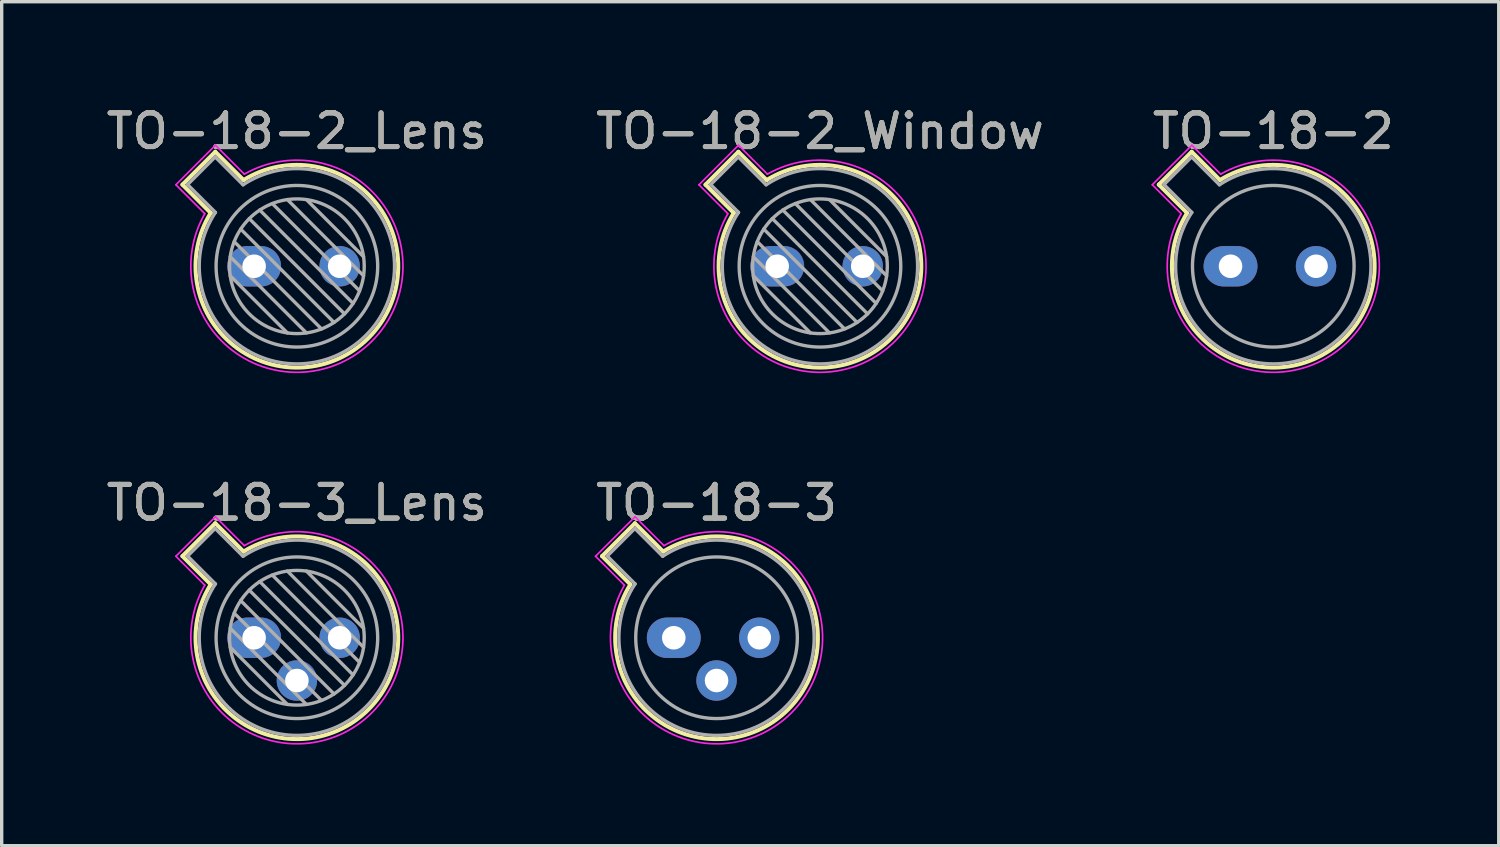
<source format=kicad_pcb>
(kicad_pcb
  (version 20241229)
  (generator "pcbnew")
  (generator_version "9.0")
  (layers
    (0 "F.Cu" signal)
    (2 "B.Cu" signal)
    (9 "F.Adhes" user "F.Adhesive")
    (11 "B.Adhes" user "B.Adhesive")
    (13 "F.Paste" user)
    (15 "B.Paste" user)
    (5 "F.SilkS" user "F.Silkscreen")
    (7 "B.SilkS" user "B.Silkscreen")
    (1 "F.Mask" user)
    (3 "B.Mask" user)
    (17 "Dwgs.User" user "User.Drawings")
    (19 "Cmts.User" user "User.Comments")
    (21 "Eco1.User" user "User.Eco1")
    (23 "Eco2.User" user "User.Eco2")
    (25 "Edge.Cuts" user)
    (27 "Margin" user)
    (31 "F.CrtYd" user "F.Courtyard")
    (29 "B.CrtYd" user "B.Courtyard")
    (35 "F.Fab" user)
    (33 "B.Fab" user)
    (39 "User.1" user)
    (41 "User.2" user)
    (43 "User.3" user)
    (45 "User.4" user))
  (footprint "TO-18-2_Lens"
    (layer "F.Cu")
    (at 4.498 4.858)
    (property "Reference" "TO-18-2_Lens" (at 1.27 -4.01 0) (layer "F.SilkS") (effects (font (size 1 1) (thickness 0.15))))
    (attr through_hole)
    (fp_line (start -2.13 -2.424) (end -1.29 -1.584) (stroke (width 0.12) (type solid)) (layer "F.SilkS"))
    (fp_line (start -1.154 -3.4) (end -2.13 -2.424) (stroke (width 0.12) (type solid)) (layer "F.SilkS"))
    (fp_line (start -0.314 -2.56) (end -1.154 -3.4) (stroke (width 0.12) (type solid)) (layer "F.SilkS"))
    (fp_arc (start -0.313811 -2.559618) (mid 3.398391 2.128391) (end -1.289618 -1.583811) (stroke (width 0.12) (type solid)) (layer "F.SilkS"))
    (fp_line (start -2.324 -2.42) (end -1.466 -1.562) (stroke (width 0.05) (type solid)) (layer "F.CrtYd"))
    (fp_line (start -1.15 -3.594) (end -2.324 -2.42) (stroke (width 0.05) (type solid)) (layer "F.CrtYd"))
    (fp_line (start -0.292 -2.736) (end -1.15 -3.594) (stroke (width 0.05) (type solid)) (layer "F.CrtYd"))
    (fp_arc (start -0.291775 -2.735573) (mid 3.497386 2.227386) (end -1.465573 -1.561775) (stroke (width 0.05) (type solid)) (layer "F.CrtYd"))
    (fp_line (start -1.977 -2.426) (end -1.149 -1.599) (stroke (width 0.1) (type solid)) (layer "F.Fab"))
    (fp_line (start -1.156 -3.247) (end -1.977 -2.426) (stroke (width 0.1) (type solid)) (layer "F.Fab"))
    (fp_line (start -0.71 -0.283) (end 1.553 1.98) (stroke (width 0.1) (type solid)) (layer "F.Fab"))
    (fp_line (start -0.71 0.283) (end 0.987 1.98) (stroke (width 0.1) (type solid)) (layer "F.Fab"))
    (fp_line (start -0.592 -0.731) (end 2.001 1.862) (stroke (width 0.1) (type solid)) (layer "F.Fab"))
    (fp_line (start -0.399 -1.103) (end 2.373 1.669) (stroke (width 0.1) (type solid)) (layer "F.Fab"))
    (fp_line (start -0.329 -2.419) (end -1.156 -3.247) (stroke (width 0.1) (type solid)) (layer "F.Fab"))
    (fp_line (start -0.145 -1.415) (end 2.685 1.415) (stroke (width 0.1) (type solid)) (layer "F.Fab"))
    (fp_line (start 0.167 -1.669) (end 2.939 1.103) (stroke (width 0.1) (type solid)) (layer "F.Fab"))
    (fp_line (start 0.539 -1.862) (end 3.132 0.731) (stroke (width 0.1) (type solid)) (layer "F.Fab"))
    (fp_line (start 0.987 -1.98) (end 3.25 0.283) (stroke (width 0.1) (type solid)) (layer "F.Fab"))
    (fp_line (start 1.553 -1.98) (end 3.25 -0.283) (stroke (width 0.1) (type solid)) (layer "F.Fab"))
    (fp_arc (start -0.329057 -2.419301) (mid 3.32061 2.05061) (end -1.149301 -1.599057) (stroke (width 0.1) (type solid)) (layer "F.Fab"))
    (fp_circle (center 1.27 0) (end 3.27 0) (stroke (width 0.1) (type solid)) (fill no) (layer "F.Fab"))
    (fp_circle (center 1.27 0) (end 3.67 0) (stroke (width 0.1) (type solid)) (fill no) (layer "F.Fab"))
    (fp_text user "${REFERENCE}" (at 1.27 -4.01 0) (layer "F.Fab") (effects (font (size 1 1) (thickness 0.15))))
    (pad "1" thru_hole oval (at 0 0) (size 1.6 1.2) (drill 0.7) (layers "*.Cu" "*.Mask"))
    (pad "2" thru_hole circle (at 2.54 0) (size 1.2 1.2) (drill 0.7) (layers "*.Cu" "*.Mask")))
  (footprint "TO-18-2"
    (layer "F.Cu")
    (at 33.498 4.858)
    (property "Reference" "TO-18-2" (at 1.27 -4.01 0) (layer "F.SilkS") (effects (font (size 1 1) (thickness 0.15))))
    (attr through_hole)
    (fp_line (start -2.13 -2.424) (end -1.29 -1.584) (stroke (width 0.12) (type solid)) (layer "F.SilkS"))
    (fp_line (start -1.154 -3.4) (end -2.13 -2.424) (stroke (width 0.12) (type solid)) (layer "F.SilkS"))
    (fp_line (start -0.314 -2.56) (end -1.154 -3.4) (stroke (width 0.12) (type solid)) (layer "F.SilkS"))
    (fp_arc (start -0.313811 -2.559618) (mid 3.398391 2.128391) (end -1.289618 -1.583811) (stroke (width 0.12) (type solid)) (layer "F.SilkS"))
    (fp_line (start -2.324 -2.42) (end -1.466 -1.562) (stroke (width 0.05) (type solid)) (layer "F.CrtYd"))
    (fp_line (start -1.15 -3.594) (end -2.324 -2.42) (stroke (width 0.05) (type solid)) (layer "F.CrtYd"))
    (fp_line (start -0.292 -2.736) (end -1.15 -3.594) (stroke (width 0.05) (type solid)) (layer "F.CrtYd"))
    (fp_arc (start -0.291775 -2.735573) (mid 3.497386 2.227386) (end -1.465573 -1.561775) (stroke (width 0.05) (type solid)) (layer "F.CrtYd"))
    (fp_line (start -1.977 -2.426) (end -1.149 -1.599) (stroke (width 0.1) (type solid)) (layer "F.Fab"))
    (fp_line (start -1.156 -3.247) (end -1.977 -2.426) (stroke (width 0.1) (type solid)) (layer "F.Fab"))
    (fp_line (start -0.329 -2.419) (end -1.156 -3.247) (stroke (width 0.1) (type solid)) (layer "F.Fab"))
    (fp_arc (start -0.329057 -2.419301) (mid 3.32061 2.05061) (end -1.149301 -1.599057) (stroke (width 0.1) (type solid)) (layer "F.Fab"))
    (fp_circle (center 1.27 0) (end 3.67 0) (stroke (width 0.1) (type solid)) (fill no) (layer "F.Fab"))
    (fp_text user "${REFERENCE}" (at 1.27 -4.01 0) (layer "F.Fab") (effects (font (size 1 1) (thickness 0.15))))
    (pad "1" thru_hole oval (at 0 0) (size 1.6 1.2) (drill 0.7) (layers "*.Cu" "*.Mask"))
    (pad "2" thru_hole circle (at 2.54 0) (size 1.2 1.2) (drill 0.7) (layers "*.Cu" "*.Mask")))
  (footprint "TO-18-3_Lens"
    (layer "F.Cu")
    (at 4.498 15.892)
    (property "Reference" "TO-18-3_Lens" (at 1.27 -4.01 0) (layer "F.SilkS") (effects (font (size 1 1) (thickness 0.15))))
    (attr through_hole)
    (fp_line (start -2.13 -2.424) (end -1.29 -1.584) (stroke (width 0.12) (type solid)) (layer "F.SilkS"))
    (fp_line (start -1.154 -3.4) (end -2.13 -2.424) (stroke (width 0.12) (type solid)) (layer "F.SilkS"))
    (fp_line (start -0.314 -2.56) (end -1.154 -3.4) (stroke (width 0.12) (type solid)) (layer "F.SilkS"))
    (fp_arc (start -0.313811 -2.559618) (mid 3.398391 2.128391) (end -1.289618 -1.583811) (stroke (width 0.12) (type solid)) (layer "F.SilkS"))
    (fp_line (start -2.324 -2.42) (end -1.466 -1.562) (stroke (width 0.05) (type solid)) (layer "F.CrtYd"))
    (fp_line (start -1.15 -3.594) (end -2.324 -2.42) (stroke (width 0.05) (type solid)) (layer "F.CrtYd"))
    (fp_line (start -0.292 -2.736) (end -1.15 -3.594) (stroke (width 0.05) (type solid)) (layer "F.CrtYd"))
    (fp_arc (start -0.291775 -2.735573) (mid 3.497386 2.227386) (end -1.465573 -1.561775) (stroke (width 0.05) (type solid)) (layer "F.CrtYd"))
    (fp_line (start -1.977 -2.426) (end -1.149 -1.599) (stroke (width 0.1) (type solid)) (layer "F.Fab"))
    (fp_line (start -1.156 -3.247) (end -1.977 -2.426) (stroke (width 0.1) (type solid)) (layer "F.Fab"))
    (fp_line (start -0.71 -0.283) (end 1.553 1.98) (stroke (width 0.1) (type solid)) (layer "F.Fab"))
    (fp_line (start -0.71 0.283) (end 0.987 1.98) (stroke (width 0.1) (type solid)) (layer "F.Fab"))
    (fp_line (start -0.592 -0.731) (end 2.001 1.862) (stroke (width 0.1) (type solid)) (layer "F.Fab"))
    (fp_line (start -0.399 -1.103) (end 2.373 1.669) (stroke (width 0.1) (type solid)) (layer "F.Fab"))
    (fp_line (start -0.329 -2.419) (end -1.156 -3.247) (stroke (width 0.1) (type solid)) (layer "F.Fab"))
    (fp_line (start -0.145 -1.415) (end 2.685 1.415) (stroke (width 0.1) (type solid)) (layer "F.Fab"))
    (fp_line (start 0.167 -1.669) (end 2.939 1.103) (stroke (width 0.1) (type solid)) (layer "F.Fab"))
    (fp_line (start 0.539 -1.862) (end 3.132 0.731) (stroke (width 0.1) (type solid)) (layer "F.Fab"))
    (fp_line (start 0.987 -1.98) (end 3.25 0.283) (stroke (width 0.1) (type solid)) (layer "F.Fab"))
    (fp_line (start 1.553 -1.98) (end 3.25 -0.283) (stroke (width 0.1) (type solid)) (layer "F.Fab"))
    (fp_arc (start -0.329057 -2.419301) (mid 3.32061 2.05061) (end -1.149301 -1.599057) (stroke (width 0.1) (type solid)) (layer "F.Fab"))
    (fp_circle (center 1.27 0) (end 3.27 0) (stroke (width 0.1) (type solid)) (fill no) (layer "F.Fab"))
    (fp_circle (center 1.27 0) (end 3.67 0) (stroke (width 0.1) (type solid)) (fill no) (layer "F.Fab"))
    (fp_text user "${REFERENCE}" (at 1.27 -4.01 0) (layer "F.Fab") (effects (font (size 1 1) (thickness 0.15))))
    (pad "1" thru_hole oval (at 0 0) (size 1.6 1.2) (drill 0.7) (layers "*.Cu" "*.Mask"))
    (pad "2" thru_hole circle (at 1.27 1.27) (size 1.2 1.2) (drill 0.7) (layers "*.Cu" "*.Mask"))
    (pad "3" thru_hole circle (at 2.54 0) (size 1.2 1.2) (drill 0.7) (layers "*.Cu" "*.Mask")))
  (footprint "TO-18-3"
    (layer "F.Cu")
    (at 16.962 15.892)
    (property "Reference" "TO-18-3" (at 1.27 -4.01 0) (layer "F.SilkS") (effects (font (size 1 1) (thickness 0.15))))
    (attr through_hole)
    (fp_line (start -2.13 -2.424) (end -1.29 -1.584) (stroke (width 0.12) (type solid)) (layer "F.SilkS"))
    (fp_line (start -1.154 -3.4) (end -2.13 -2.424) (stroke (width 0.12) (type solid)) (layer "F.SilkS"))
    (fp_line (start -0.314 -2.56) (end -1.154 -3.4) (stroke (width 0.12) (type solid)) (layer "F.SilkS"))
    (fp_arc (start -0.313811 -2.559618) (mid 3.398391 2.128391) (end -1.289618 -1.583811) (stroke (width 0.12) (type solid)) (layer "F.SilkS"))
    (fp_line (start -2.324 -2.42) (end -1.466 -1.562) (stroke (width 0.05) (type solid)) (layer "F.CrtYd"))
    (fp_line (start -1.15 -3.594) (end -2.324 -2.42) (stroke (width 0.05) (type solid)) (layer "F.CrtYd"))
    (fp_line (start -0.292 -2.736) (end -1.15 -3.594) (stroke (width 0.05) (type solid)) (layer "F.CrtYd"))
    (fp_arc (start -0.291775 -2.735573) (mid 3.497386 2.227386) (end -1.465573 -1.561775) (stroke (width 0.05) (type solid)) (layer "F.CrtYd"))
    (fp_line (start -1.977 -2.426) (end -1.149 -1.599) (stroke (width 0.1) (type solid)) (layer "F.Fab"))
    (fp_line (start -1.156 -3.247) (end -1.977 -2.426) (stroke (width 0.1) (type solid)) (layer "F.Fab"))
    (fp_line (start -0.329 -2.419) (end -1.156 -3.247) (stroke (width 0.1) (type solid)) (layer "F.Fab"))
    (fp_arc (start -0.329057 -2.419301) (mid 3.32061 2.05061) (end -1.149301 -1.599057) (stroke (width 0.1) (type solid)) (layer "F.Fab"))
    (fp_circle (center 1.27 0) (end 3.67 0) (stroke (width 0.1) (type solid)) (fill no) (layer "F.Fab"))
    (fp_text user "${REFERENCE}" (at 1.27 -4.01 0) (layer "F.Fab") (effects (font (size 1 1) (thickness 0.15))))
    (pad "1" thru_hole oval (at 0 0) (size 1.6 1.2) (drill 0.7) (layers "*.Cu" "*.Mask"))
    (pad "2" thru_hole circle (at 1.27 1.27) (size 1.2 1.2) (drill 0.7) (layers "*.Cu" "*.Mask"))
    (pad "3" thru_hole circle (at 2.54 0) (size 1.2 1.2) (drill 0.7) (layers "*.Cu" "*.Mask")))
  (footprint "TO-18-2_Window"
    (layer "F.Cu")
    (at 20.034 4.858)
    (property "Reference" "TO-18-2_Window" (at 1.27 -4.01 0) (layer "F.SilkS") (effects (font (size 1 1) (thickness 0.15))))
    (attr through_hole)
    (fp_line (start -2.13 -2.424) (end -1.29 -1.584) (stroke (width 0.12) (type solid)) (layer "F.SilkS"))
    (fp_line (start -1.154 -3.4) (end -2.13 -2.424) (stroke (width 0.12) (type solid)) (layer "F.SilkS"))
    (fp_line (start -0.314 -2.56) (end -1.154 -3.4) (stroke (width 0.12) (type solid)) (layer "F.SilkS"))
    (fp_arc (start -0.313811 -2.559618) (mid 3.398391 2.128391) (end -1.289618 -1.583811) (stroke (width 0.12) (type solid)) (layer "F.SilkS"))
    (fp_line (start -2.324 -2.42) (end -1.466 -1.562) (stroke (width 0.05) (type solid)) (layer "F.CrtYd"))
    (fp_line (start -1.15 -3.594) (end -2.324 -2.42) (stroke (width 0.05) (type solid)) (layer "F.CrtYd"))
    (fp_line (start -0.292 -2.736) (end -1.15 -3.594) (stroke (width 0.05) (type solid)) (layer "F.CrtYd"))
    (fp_arc (start -0.291775 -2.735573) (mid 3.497386 2.227386) (end -1.465573 -1.561775) (stroke (width 0.05) (type solid)) (layer "F.CrtYd"))
    (fp_line (start -1.977 -2.426) (end -1.149 -1.599) (stroke (width 0.1) (type solid)) (layer "F.Fab"))
    (fp_line (start -1.156 -3.247) (end -1.977 -2.426) (stroke (width 0.1) (type solid)) (layer "F.Fab"))
    (fp_line (start -0.71 -0.283) (end 1.553 1.98) (stroke (width 0.1) (type solid)) (layer "F.Fab"))
    (fp_line (start -0.71 0.283) (end 0.987 1.98) (stroke (width 0.1) (type solid)) (layer "F.Fab"))
    (fp_line (start -0.592 -0.731) (end 2.001 1.862) (stroke (width 0.1) (type solid)) (layer "F.Fab"))
    (fp_line (start -0.399 -1.103) (end 2.373 1.669) (stroke (width 0.1) (type solid)) (layer "F.Fab"))
    (fp_line (start -0.329 -2.419) (end -1.156 -3.247) (stroke (width 0.1) (type solid)) (layer "F.Fab"))
    (fp_line (start -0.145 -1.415) (end 2.685 1.415) (stroke (width 0.1) (type solid)) (layer "F.Fab"))
    (fp_line (start 0.167 -1.669) (end 2.939 1.103) (stroke (width 0.1) (type solid)) (layer "F.Fab"))
    (fp_line (start 0.539 -1.862) (end 3.132 0.731) (stroke (width 0.1) (type solid)) (layer "F.Fab"))
    (fp_line (start 0.987 -1.98) (end 3.25 0.283) (stroke (width 0.1) (type solid)) (layer "F.Fab"))
    (fp_line (start 1.553 -1.98) (end 3.25 -0.283) (stroke (width 0.1) (type solid)) (layer "F.Fab"))
    (fp_arc (start -0.329057 -2.419301) (mid 3.32061 2.05061) (end -1.149301 -1.599057) (stroke (width 0.1) (type solid)) (layer "F.Fab"))
    (fp_circle (center 1.27 0) (end 3.27 0) (stroke (width 0.1) (type solid)) (fill no) (layer "F.Fab"))
    (fp_circle (center 1.27 0) (end 3.67 0) (stroke (width 0.1) (type solid)) (fill no) (layer "F.Fab"))
    (fp_text user "${REFERENCE}" (at 1.27 -4.01 0) (layer "F.Fab") (effects (font (size 1 1) (thickness 0.15))))
    (pad "1" thru_hole oval (at 0 0) (size 1.6 1.2) (drill 0.7) (layers "*.Cu" "*.Mask"))
    (pad "2" thru_hole circle (at 2.54 0) (size 1.2 1.2) (drill 0.7) (layers "*.Cu" "*.Mask")))
  (gr_rect
    (start -3 -3)
    (end 41.464 22.067)
    (stroke (width 0.1) (type default))
    (fill no)
    (layer "Edge.Cuts")))
</source>
